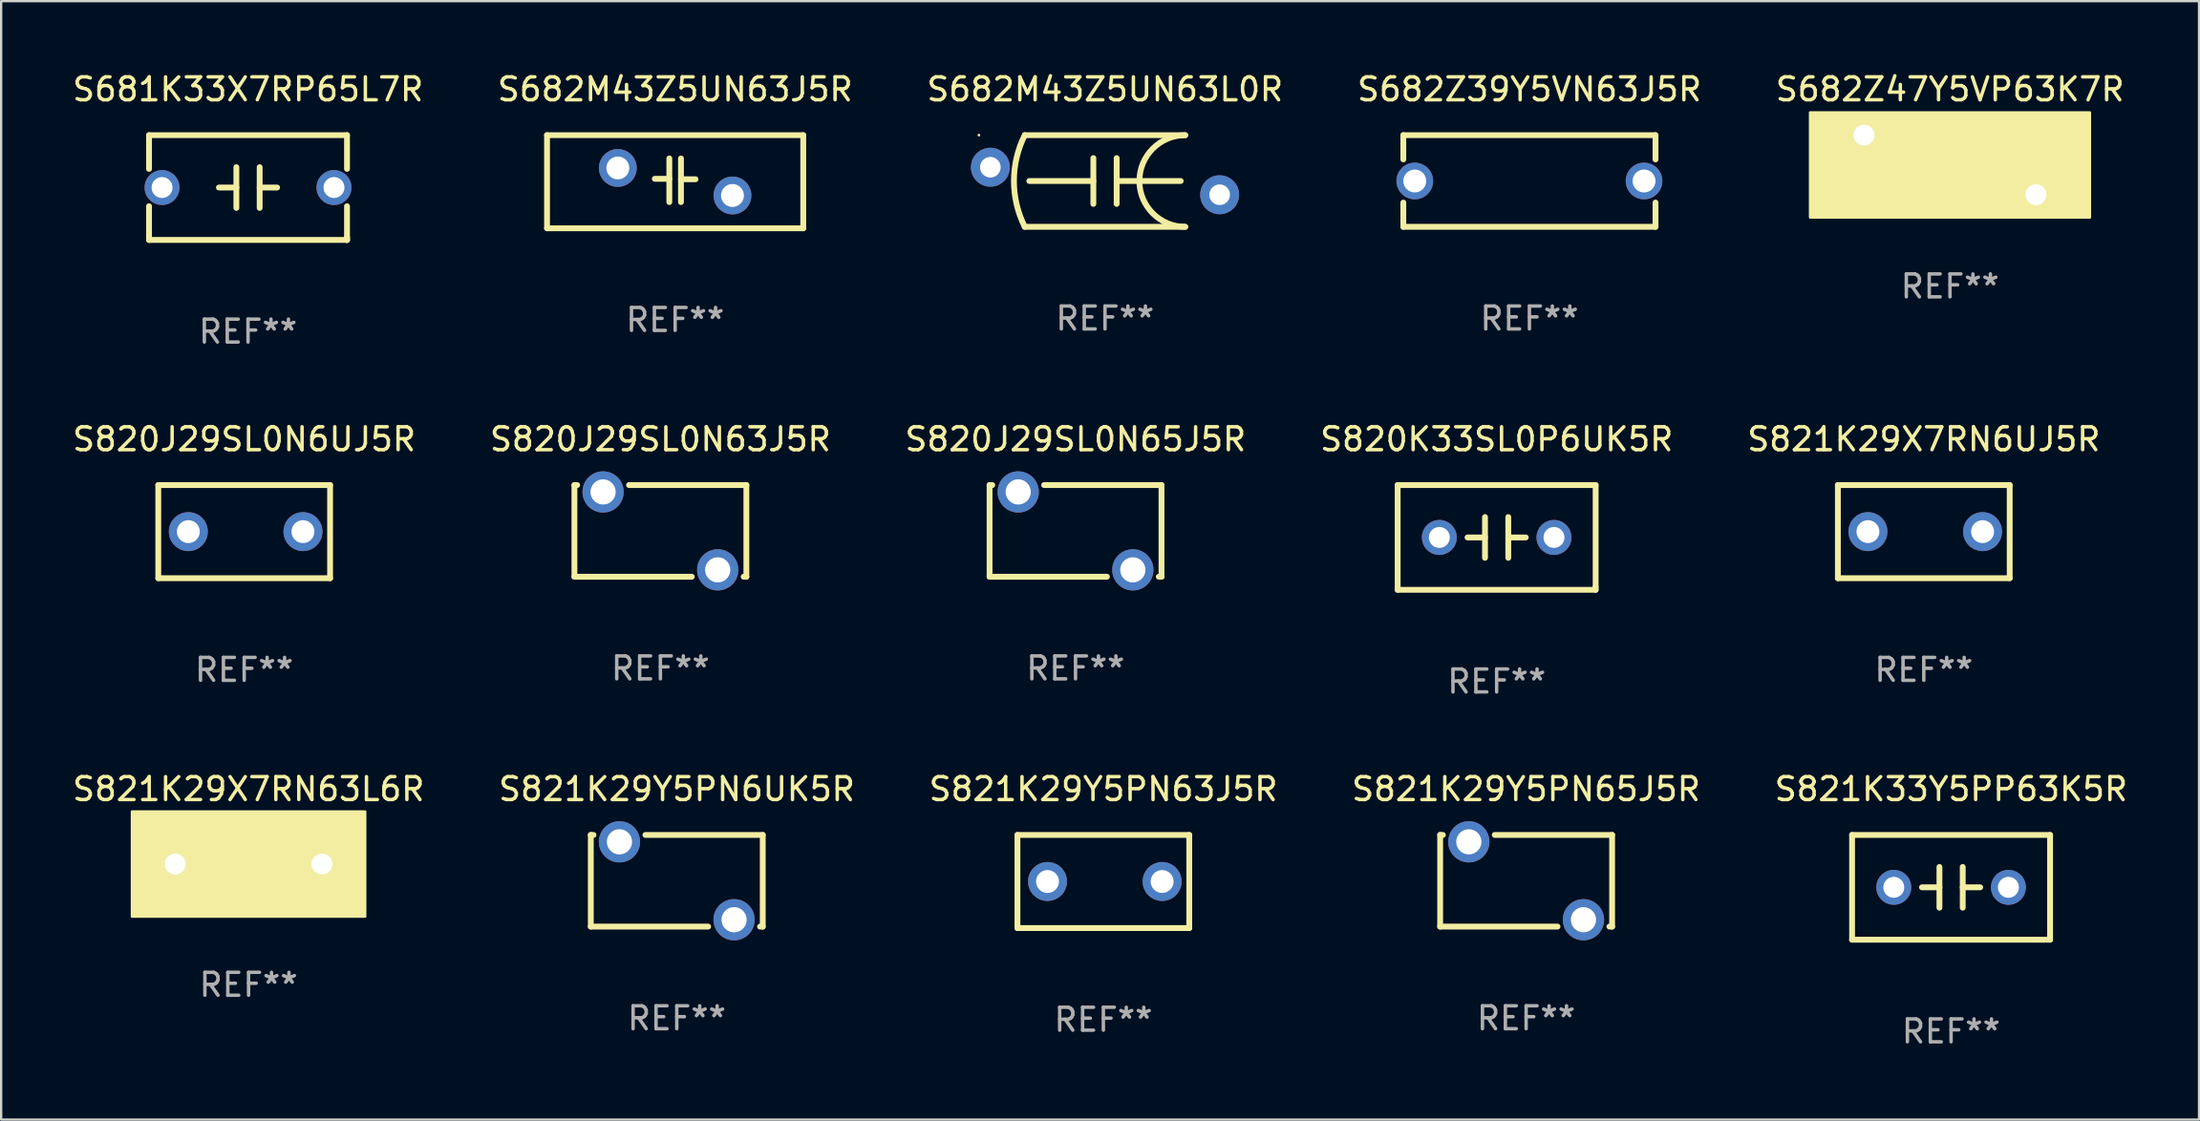
<source format=kicad_pcb>
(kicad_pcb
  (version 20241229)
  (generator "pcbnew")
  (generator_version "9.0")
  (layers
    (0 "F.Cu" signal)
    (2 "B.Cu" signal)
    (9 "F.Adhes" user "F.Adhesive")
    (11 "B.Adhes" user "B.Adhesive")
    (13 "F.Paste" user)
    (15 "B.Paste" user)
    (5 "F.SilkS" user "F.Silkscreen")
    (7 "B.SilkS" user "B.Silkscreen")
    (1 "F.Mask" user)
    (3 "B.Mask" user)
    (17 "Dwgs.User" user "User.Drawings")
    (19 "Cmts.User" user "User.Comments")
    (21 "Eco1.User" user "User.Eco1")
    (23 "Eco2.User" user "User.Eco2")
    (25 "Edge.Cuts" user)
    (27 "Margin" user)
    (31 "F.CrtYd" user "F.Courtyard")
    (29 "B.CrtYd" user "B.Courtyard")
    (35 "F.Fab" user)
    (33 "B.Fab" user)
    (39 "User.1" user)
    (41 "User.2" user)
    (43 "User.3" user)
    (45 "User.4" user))
  (footprint "S681K33X7RP65L7R"
    (layer "F.Cu")
    (at 7.768 5.134)
    (property "Reference" "S681K33X7RP65L7R" (at 0 -4.286 0) (layer "F.SilkS") (effects (font (size 1 1) (thickness 0.15))))
    (attr through_hole)
    (fp_line (start -4.318 -2.286) (end -4.318 -0.814) (stroke (width 0.254) (type solid)) (layer "F.SilkS"))
    (fp_line (start -4.318 -2.286) (end 4.318 -2.286) (stroke (width 0.254) (type solid)) (layer "F.SilkS"))
    (fp_line (start -4.318 0.814) (end -4.318 2.286) (stroke (width 0.254) (type solid)) (layer "F.SilkS"))
    (fp_line (start -0.508 0) (end -1.27 0) (stroke (width 0.254) (type solid)) (layer "F.SilkS"))
    (fp_line (start -0.508 0.889) (end -0.508 -0.889) (stroke (width 0.254) (type solid)) (layer "F.SilkS"))
    (fp_line (start 0.508 -0.889) (end 0.508 0.889) (stroke (width 0.254) (type solid)) (layer "F.SilkS"))
    (fp_line (start 0.508 0) (end 1.27 0) (stroke (width 0.254) (type solid)) (layer "F.SilkS"))
    (fp_line (start 4.318 -2.286) (end 4.318 -0.814) (stroke (width 0.254) (type solid)) (layer "F.SilkS"))
    (fp_line (start 4.318 0.814) (end 4.318 2.286) (stroke (width 0.254) (type solid)) (layer "F.SilkS"))
    (fp_line (start 4.318 2.286) (end -4.318 2.286) (stroke (width 0.254) (type solid)) (layer "F.SilkS"))
    (fp_line (start 4.318 2.286) (end 4.318 2.159) (stroke (width 0.254) (type solid)) (layer "F.SilkS"))
    (fp_circle (center -4.25 2.25) (end -4.22 2.25) (stroke (width 0.06) (type solid)) (fill no) (layer "F.SilkS"))
    (fp_text user "REF**" (at 0 6.286 0) (layer "F.Fab") (effects (font (size 1 1) (thickness 0.15))))
    (pad "1" thru_hole circle (at -3.75 0) (size 1.524 1.524) (drill 0.914) (layers "*.Cu" "*.Mask"))
    (pad "2" thru_hole circle (at 3.75 0) (size 1.524 1.524) (drill 0.914) (layers "*.Cu" "*.Mask")))
  (footprint "S820J29SL0N6UJ5R"
    (layer "F.Cu")
    (at 7.601 20.149)
    (property "Reference" "S820J29SL0N6UJ5R" (at 0 -4.032 0) (layer "F.SilkS") (effects (font (size 1 1) (thickness 0.15))))
    (attr through_hole)
    (fp_line (start -3.747 -2.032) (end -3.747 2.032) (stroke (width 0.254) (type solid)) (layer "F.SilkS"))
    (fp_line (start -3.747 2.032) (end 3.747 2.032) (stroke (width 0.254) (type solid)) (layer "F.SilkS"))
    (fp_line (start 3.747 -2.032) (end -3.747 -2.032) (stroke (width 0.254) (type solid)) (layer "F.SilkS"))
    (fp_line (start 3.747 2.032) (end 3.747 -2.032) (stroke (width 0.254) (type solid)) (layer "F.SilkS"))
    (fp_circle (center -3.687 2) (end -3.657 2) (stroke (width 0.06) (type solid)) (fill no) (layer "F.SilkS"))
    (fp_text user "REF**" (at 0 6.032 0) (layer "F.Fab") (effects (font (size 1 1) (thickness 0.15))))
    (pad "1" thru_hole circle (at -2.436 0) (size 1.7 1.7) (drill 1) (layers "*.Cu" "*.Mask"))
    (pad "2" thru_hole circle (at 2.564 0) (size 1.7 1.7) (drill 1) (layers "*.Cu" "*.Mask")))
  (footprint "S682Z39Y5VN63J5R"
    (layer "F.Cu")
    (at 63.661 4.848)
    (property "Reference" "S682Z39Y5VN63J5R" (at 0 -4 0) (layer "F.SilkS") (effects (font (size 1 1) (thickness 0.15))))
    (attr through_hole)
    (fp_line (start -5.5 -2) (end 5.5 -2) (stroke (width 0.254) (type solid)) (layer "F.SilkS"))
    (fp_line (start -5.5 -0.942) (end -5.5 -2) (stroke (width 0.254) (type solid)) (layer "F.SilkS"))
    (fp_line (start -5.5 2) (end -5.5 0.942) (stroke (width 0.254) (type solid)) (layer "F.SilkS"))
    (fp_line (start 5.5 -2) (end 5.5 -0.941) (stroke (width 0.254) (type solid)) (layer "F.SilkS"))
    (fp_line (start 5.5 0.941) (end 5.5 2) (stroke (width 0.254) (type solid)) (layer "F.SilkS"))
    (fp_line (start 5.5 2) (end -5.5 2) (stroke (width 0.254) (type solid)) (layer "F.SilkS"))
    (fp_circle (center -5.5 2) (end -5.47 2) (stroke (width 0.06) (type solid)) (fill no) (layer "F.SilkS"))
    (fp_text user "REF**" (at 0 6 0) (layer "F.Fab") (effects (font (size 1 1) (thickness 0.15))))
    (pad "1" thru_hole circle (at -5 0) (size 1.6 1.6) (drill 1) (layers "*.Cu" "*.Mask"))
    (pad "2" thru_hole circle (at 5 0) (size 1.6 1.6) (drill 1) (layers "*.Cu" "*.Mask")))
  (footprint "S821K29Y5PN6UK5R"
    (layer "F.Cu")
    (at 26.47 35.385)
    (property "Reference" "S821K29Y5PN6UK5R" (at 0 -4 0) (layer "F.SilkS") (effects (font (size 1 1) (thickness 0.15))))
    (attr through_hole)
    (fp_line (start -3.75 -2) (end -3.631 -2) (stroke (width 0.254) (type solid)) (layer "F.SilkS"))
    (fp_line (start -3.75 2) (end -3.75 -2) (stroke (width 0.254) (type solid)) (layer "F.SilkS"))
    (fp_line (start -1.369 -2) (end 3.75 -2) (stroke (width 0.254) (type solid)) (layer "F.SilkS"))
    (fp_line (start 1.369 2) (end -3.75 2) (stroke (width 0.254) (type solid)) (layer "F.SilkS"))
    (fp_line (start 3.75 -2) (end 3.75 2) (stroke (width 0.254) (type solid)) (layer "F.SilkS"))
    (fp_line (start 3.75 2) (end 3.631 2) (stroke (width 0.254) (type solid)) (layer "F.SilkS"))
    (fp_circle (center -3.75 -2) (end -3.72 -2) (stroke (width 0.06) (type solid)) (fill no) (layer "F.SilkS"))
    (fp_text user "REF**" (at 0 6 0) (layer "F.Fab") (effects (font (size 1 1) (thickness 0.15))))
    (pad "1" thru_hole circle (at -2.5 -1.7) (size 1.8 1.8) (drill 1.1) (layers "*.Cu" "*.Mask"))
    (pad "2" thru_hole circle (at 2.5 1.7) (size 1.8 1.8) (drill 1.1) (layers "*.Cu" "*.Mask")))
  (footprint "S821K29Y5PN63J5R"
    (layer "F.Cu")
    (at 45.077 35.417)
    (property "Reference" "S821K29Y5PN63J5R" (at 0 -4.032 0) (layer "F.SilkS") (effects (font (size 1 1) (thickness 0.15))))
    (attr through_hole)
    (fp_line (start -3.747 -2.032) (end -3.747 2.032) (stroke (width 0.254) (type solid)) (layer "F.SilkS"))
    (fp_line (start -3.747 2.032) (end 3.747 2.032) (stroke (width 0.254) (type solid)) (layer "F.SilkS"))
    (fp_line (start 3.747 -2.032) (end -3.747 -2.032) (stroke (width 0.254) (type solid)) (layer "F.SilkS"))
    (fp_line (start 3.747 2.032) (end 3.747 -2.032) (stroke (width 0.254) (type solid)) (layer "F.SilkS"))
    (fp_circle (center -3.687 2) (end -3.657 2) (stroke (width 0.06) (type solid)) (fill no) (layer "F.SilkS"))
    (fp_text user "REF**" (at 0 6.032 0) (layer "F.Fab") (effects (font (size 1 1) (thickness 0.15))))
    (pad "1" thru_hole circle (at -2.436 0) (size 1.7 1.7) (drill 1) (layers "*.Cu" "*.Mask"))
    (pad "2" thru_hole circle (at 2.564 0) (size 1.7 1.7) (drill 1) (layers "*.Cu" "*.Mask")))
  (footprint "S682M43Z5UN63L0R"
    (layer "F.Cu")
    (at 45.149 4.848)
    (property "Reference" "S682M43Z5UN63L0R" (at 0 -4 0) (layer "F.SilkS") (effects (font (size 1 1) (thickness 0.15))))
    (attr through_hole)
    (fp_line (start -3.5 -2) (end 3.5 -2) (stroke (width 0.254) (type solid)) (layer "F.SilkS"))
    (fp_line (start -0.51 0) (end -3.302 0) (stroke (width 0.254) (type solid)) (layer "F.SilkS"))
    (fp_line (start -0.508 -1) (end -0.508 1) (stroke (width 0.254) (type solid)) (layer "F.SilkS"))
    (fp_line (start 0.508 1) (end 0.508 -1) (stroke (width 0.254) (type solid)) (layer "F.SilkS"))
    (fp_line (start 0.51 0) (end 3.302 0) (stroke (width 0.254) (type solid)) (layer "F.SilkS"))
    (fp_line (start 3.5 2) (end -3.5 2) (stroke (width 0.254) (type solid)) (layer "F.SilkS"))
    (fp_arc (start -3.500127 1.998984) (mid -3.9721 -0.000523) (end -3.5 -2) (stroke (width 0.254001) (type solid)) (layer "F.SilkS"))
    (fp_arc (start 3.5 2) (mid 1.500635 0.000444) (end 3.500127 -1.998984) (stroke (width 0.254001) (type solid)) (layer "F.SilkS"))
    (fp_circle (center -5.5 -2) (end -5.47 -2) (stroke (width 0.06) (type solid)) (fill no) (layer "F.SilkS"))
    (fp_text user "REF**" (at 0 6 0) (layer "F.Fab") (effects (font (size 1 1) (thickness 0.15))))
    (pad "1" thru_hole circle (at -5 -0.6) (size 1.7 1.7) (drill 0.9) (layers "*.Cu" "*.Mask"))
    (pad "2" thru_hole circle (at 5 0.6) (size 1.7 1.7) (drill 0.9) (layers "*.Cu" "*.Mask")))
  (footprint "S682Z47Y5VP63K7R"
    (layer "F.Cu")
    (at 82.006 4.148)
    (property "Reference" "S682Z47Y5VP63K7R" (at 0 -3.3 0) (layer "F.SilkS") (effects (font (size 1 1) (thickness 0.15))))
    (attr through_hole)
    (fp_circle (center -6 -2.25) (end -5.97 -2.25) (stroke (width 0.06) (type solid)) (fill no) (layer "F.SilkS"))
    (fp_poly (pts (xy -6.096 -2.286) (xy 6.096 -2.286) (xy 6.096 2.286) (xy -6.096 2.286)) (stroke (width 0.12) (type solid)) (fill yes) (layer "F.SilkS"))
    (fp_text user "REF**" (at 0 5.3 0) (layer "F.Fab") (effects (font (size 1 1) (thickness 0.15))))
    (pad "1" thru_hole circle (at -3.75 -1.3) (size 1.524 1.524) (drill 0.914) (layers "*.Cu" "*.Mask"))
    (pad "2" thru_hole circle (at 3.75 1.3) (size 1.524 1.524) (drill 0.914) (layers "*.Cu" "*.Mask")))
  (footprint "S821K29X7RN63L6R"
    (layer "F.Cu")
    (at 7.792 34.655)
    (property "Reference" "S821K29X7RN63L6R" (at 0 -3.27 0) (layer "F.SilkS") (effects (font (size 1 1) (thickness 0.15))))
    (attr through_hole)
    (fp_line (start -0.508 0.019) (end -1.651 0.019) (stroke (width 0.254) (type solid)) (layer "F.SilkS"))
    (fp_line (start -0.508 1.27) (end -0.508 -1.27) (stroke (width 0.254) (type solid)) (layer "F.SilkS"))
    (fp_line (start 0.508 -1.27) (end 0.508 1.27) (stroke (width 0.254) (type solid)) (layer "F.SilkS"))
    (fp_line (start 0.508 -0.019) (end 1.651 -0.019) (stroke (width 0.254) (type solid)) (layer "F.SilkS"))
    (fp_circle (center -5 2.25) (end -4.97 2.25) (stroke (width 0.06) (type solid)) (fill no) (layer "F.SilkS"))
    (fp_poly (pts (xy -5.08 -2.286) (xy 5.08 -2.286) (xy 5.08 2.286) (xy -5.08 2.286)) (stroke (width 0.12) (type solid)) (fill yes) (layer "F.SilkS"))
    (fp_text user "REF**" (at 0 5.27 0) (layer "F.Fab") (effects (font (size 1 1) (thickness 0.15))))
    (pad "1" thru_hole circle (at -3.2 0) (size 1.524 1.524) (drill 0.914) (layers "*.Cu" "*.Mask"))
    (pad "2" thru_hole circle (at 3.2 0) (size 1.524 1.524) (drill 0.914) (layers "*.Cu" "*.Mask")))
  (footprint "S821K29Y5PN65J5R"
    (layer "F.Cu")
    (at 63.518 35.385)
    (property "Reference" "S821K29Y5PN65J5R" (at 0 -4 0) (layer "F.SilkS") (effects (font (size 1 1) (thickness 0.15))))
    (attr through_hole)
    (fp_line (start -3.75 -2) (end -3.631 -2) (stroke (width 0.254) (type solid)) (layer "F.SilkS"))
    (fp_line (start -3.75 2) (end -3.75 -2) (stroke (width 0.254) (type solid)) (layer "F.SilkS"))
    (fp_line (start -1.369 -2) (end 3.75 -2) (stroke (width 0.254) (type solid)) (layer "F.SilkS"))
    (fp_line (start 1.369 2) (end -3.75 2) (stroke (width 0.254) (type solid)) (layer "F.SilkS"))
    (fp_line (start 3.75 -2) (end 3.75 2) (stroke (width 0.254) (type solid)) (layer "F.SilkS"))
    (fp_line (start 3.75 2) (end 3.631 2) (stroke (width 0.254) (type solid)) (layer "F.SilkS"))
    (fp_circle (center -3.75 -2) (end -3.72 -2) (stroke (width 0.06) (type solid)) (fill no) (layer "F.SilkS"))
    (fp_text user "REF**" (at 0 6 0) (layer "F.Fab") (effects (font (size 1 1) (thickness 0.15))))
    (pad "1" thru_hole circle (at -2.5 -1.7) (size 1.8 1.8) (drill 1.1) (layers "*.Cu" "*.Mask"))
    (pad "2" thru_hole circle (at 2.5 1.7) (size 1.8 1.8) (drill 1.1) (layers "*.Cu" "*.Mask")))
  (footprint "S820K33SL0P6UK5R"
    (layer "F.Cu")
    (at 62.232 20.403)
    (property "Reference" "S820K33SL0P6UK5R" (at 0 -4.286 0) (layer "F.SilkS") (effects (font (size 1 1) (thickness 0.15))))
    (attr through_hole)
    (fp_line (start -4.318 -2.286) (end 4.318 -2.286) (stroke (width 0.254) (type solid)) (layer "F.SilkS"))
    (fp_line (start -4.318 2.286) (end -4.318 -2.286) (stroke (width 0.254) (type solid)) (layer "F.SilkS"))
    (fp_line (start -0.508 0) (end -1.27 0) (stroke (width 0.254) (type solid)) (layer "F.SilkS"))
    (fp_line (start -0.508 0.889) (end -0.508 -0.889) (stroke (width 0.254) (type solid)) (layer "F.SilkS"))
    (fp_line (start 0.508 -0.889) (end 0.508 0.889) (stroke (width 0.254) (type solid)) (layer "F.SilkS"))
    (fp_line (start 0.508 0) (end 1.27 0) (stroke (width 0.254) (type solid)) (layer "F.SilkS"))
    (fp_line (start 4.318 -2.286) (end 4.318 2.159) (stroke (width 0.254) (type solid)) (layer "F.SilkS"))
    (fp_line (start 4.318 2.286) (end -4.318 2.286) (stroke (width 0.254) (type solid)) (layer "F.SilkS"))
    (fp_line (start 4.318 2.286) (end 4.318 2.159) (stroke (width 0.254) (type solid)) (layer "F.SilkS"))
    (fp_circle (center -4.25 2.25) (end -4.22 2.25) (stroke (width 0.06) (type solid)) (fill no) (layer "F.SilkS"))
    (fp_text user "REF**" (at 0 6.286 0) (layer "F.Fab") (effects (font (size 1 1) (thickness 0.15))))
    (pad "1" thru_hole circle (at -2.5 0) (size 1.524 1.524) (drill 0.914) (layers "*.Cu" "*.Mask"))
    (pad "2" thru_hole circle (at 2.5 0) (size 1.524 1.524) (drill 0.914) (layers "*.Cu" "*.Mask")))
  (footprint "S821K33Y5PP63K5R"
    (layer "F.Cu")
    (at 82.054 35.671)
    (property "Reference" "S821K33Y5PP63K5R" (at 0 -4.286 0) (layer "F.SilkS") (effects (font (size 1 1) (thickness 0.15))))
    (attr through_hole)
    (fp_line (start -4.318 -2.286) (end 4.318 -2.286) (stroke (width 0.254) (type solid)) (layer "F.SilkS"))
    (fp_line (start -4.318 2.286) (end -4.318 -2.286) (stroke (width 0.254) (type solid)) (layer "F.SilkS"))
    (fp_line (start -0.508 0) (end -1.27 0) (stroke (width 0.254) (type solid)) (layer "F.SilkS"))
    (fp_line (start -0.508 0.889) (end -0.508 -0.889) (stroke (width 0.254) (type solid)) (layer "F.SilkS"))
    (fp_line (start 0.508 -0.889) (end 0.508 0.889) (stroke (width 0.254) (type solid)) (layer "F.SilkS"))
    (fp_line (start 0.508 0) (end 1.27 0) (stroke (width 0.254) (type solid)) (layer "F.SilkS"))
    (fp_line (start 4.318 -2.286) (end 4.318 2.159) (stroke (width 0.254) (type solid)) (layer "F.SilkS"))
    (fp_line (start 4.318 2.286) (end -4.318 2.286) (stroke (width 0.254) (type solid)) (layer "F.SilkS"))
    (fp_line (start 4.318 2.286) (end 4.318 2.159) (stroke (width 0.254) (type solid)) (layer "F.SilkS"))
    (fp_circle (center -4.25 2.25) (end -4.22 2.25) (stroke (width 0.06) (type solid)) (fill no) (layer "F.SilkS"))
    (fp_text user "REF**" (at 0 6.286 0) (layer "F.Fab") (effects (font (size 1 1) (thickness 0.15))))
    (pad "1" thru_hole circle (at -2.5 0) (size 1.524 1.524) (drill 0.914) (layers "*.Cu" "*.Mask"))
    (pad "2" thru_hole circle (at 2.5 0) (size 1.524 1.524) (drill 0.914) (layers "*.Cu" "*.Mask")))
  (footprint "S821K29X7RN6UJ5R"
    (layer "F.Cu")
    (at 80.863 20.149)
    (property "Reference" "S821K29X7RN6UJ5R" (at 0 -4.032 0) (layer "F.SilkS") (effects (font (size 1 1) (thickness 0.15))))
    (attr through_hole)
    (fp_line (start -3.747 -2.032) (end -3.747 2.032) (stroke (width 0.254) (type solid)) (layer "F.SilkS"))
    (fp_line (start -3.747 2.032) (end 3.747 2.032) (stroke (width 0.254) (type solid)) (layer "F.SilkS"))
    (fp_line (start 3.747 -2.032) (end -3.747 -2.032) (stroke (width 0.254) (type solid)) (layer "F.SilkS"))
    (fp_line (start 3.747 2.032) (end 3.747 -2.032) (stroke (width 0.254) (type solid)) (layer "F.SilkS"))
    (fp_circle (center -3.687 2) (end -3.657 2) (stroke (width 0.06) (type solid)) (fill no) (layer "F.SilkS"))
    (fp_text user "REF**" (at 0 6.032 0) (layer "F.Fab") (effects (font (size 1 1) (thickness 0.15))))
    (pad "1" thru_hole circle (at -2.436 0) (size 1.7 1.7) (drill 1) (layers "*.Cu" "*.Mask"))
    (pad "2" thru_hole circle (at 2.564 0) (size 1.7 1.7) (drill 1) (layers "*.Cu" "*.Mask")))
  (footprint "S820J29SL0N65J5R"
    (layer "F.Cu")
    (at 43.863 20.117)
    (property "Reference" "S820J29SL0N65J5R" (at 0 -4 0) (layer "F.SilkS") (effects (font (size 1 1) (thickness 0.15))))
    (attr through_hole)
    (fp_line (start -3.75 -2) (end -3.631 -2) (stroke (width 0.254) (type solid)) (layer "F.SilkS"))
    (fp_line (start -3.75 2) (end -3.75 -2) (stroke (width 0.254) (type solid)) (layer "F.SilkS"))
    (fp_line (start -1.369 -2) (end 3.75 -2) (stroke (width 0.254) (type solid)) (layer "F.SilkS"))
    (fp_line (start 1.369 2) (end -3.75 2) (stroke (width 0.254) (type solid)) (layer "F.SilkS"))
    (fp_line (start 3.75 -2) (end 3.75 2) (stroke (width 0.254) (type solid)) (layer "F.SilkS"))
    (fp_line (start 3.75 2) (end 3.631 2) (stroke (width 0.254) (type solid)) (layer "F.SilkS"))
    (fp_circle (center -3.75 -2) (end -3.72 -2) (stroke (width 0.06) (type solid)) (fill no) (layer "F.SilkS"))
    (fp_text user "REF**" (at 0 6 0) (layer "F.Fab") (effects (font (size 1 1) (thickness 0.15))))
    (pad "1" thru_hole circle (at -2.5 -1.7) (size 1.8 1.8) (drill 1.1) (layers "*.Cu" "*.Mask"))
    (pad "2" thru_hole circle (at 2.5 1.7) (size 1.8 1.8) (drill 1.1) (layers "*.Cu" "*.Mask")))
  (footprint "S820J29SL0N63J5R"
    (layer "F.Cu")
    (at 25.756 20.117)
    (property "Reference" "S820J29SL0N63J5R" (at 0 -4 0) (layer "F.SilkS") (effects (font (size 1 1) (thickness 0.15))))
    (attr through_hole)
    (fp_line (start -3.75 -2) (end -3.631 -2) (stroke (width 0.254) (type solid)) (layer "F.SilkS"))
    (fp_line (start -3.75 2) (end -3.75 -2) (stroke (width 0.254) (type solid)) (layer "F.SilkS"))
    (fp_line (start -1.369 -2) (end 3.75 -2) (stroke (width 0.254) (type solid)) (layer "F.SilkS"))
    (fp_line (start 1.369 2) (end -3.75 2) (stroke (width 0.254) (type solid)) (layer "F.SilkS"))
    (fp_line (start 3.75 -2) (end 3.75 2) (stroke (width 0.254) (type solid)) (layer "F.SilkS"))
    (fp_line (start 3.75 2) (end 3.631 2) (stroke (width 0.254) (type solid)) (layer "F.SilkS"))
    (fp_circle (center -3.75 -2) (end -3.72 -2) (stroke (width 0.06) (type solid)) (fill no) (layer "F.SilkS"))
    (fp_text user "REF**" (at 0 6 0) (layer "F.Fab") (effects (font (size 1 1) (thickness 0.15))))
    (pad "1" thru_hole circle (at -2.5 -1.7) (size 1.8 1.8) (drill 1.1) (layers "*.Cu" "*.Mask"))
    (pad "2" thru_hole circle (at 2.5 1.7) (size 1.8 1.8) (drill 1.1) (layers "*.Cu" "*.Mask")))
  (footprint "S682M43Z5UN63J5R"
    (layer "F.Cu")
    (at 26.399 4.88)
    (property "Reference" "S682M43Z5UN63J5R" (at 0 -4.032 0) (layer "F.SilkS") (effects (font (size 1 1) (thickness 0.15))))
    (attr through_hole)
    (fp_line (start -5.588 -2.032) (end -5.588 2.032) (stroke (width 0.254) (type solid)) (layer "F.SilkS"))
    (fp_line (start -5.588 2.032) (end 5.588 2.032) (stroke (width 0.254) (type solid)) (layer "F.SilkS"))
    (fp_line (start -0.889 -0.127) (end -0.254 -0.127) (stroke (width 0.254) (type solid)) (layer "F.SilkS"))
    (fp_line (start -0.254 -1.016) (end -0.254 0.889) (stroke (width 0.254) (type solid)) (layer "F.SilkS"))
    (fp_line (start 0.254 -1.016) (end 0.254 0.889) (stroke (width 0.254) (type solid)) (layer "F.SilkS"))
    (fp_line (start 0.254 -0.108) (end 0.889 -0.108) (stroke (width 0.254) (type solid)) (layer "F.SilkS"))
    (fp_line (start 5.588 -2.032) (end -5.588 -2.032) (stroke (width 0.254) (type solid)) (layer "F.SilkS"))
    (fp_line (start 5.588 2.032) (end 5.588 -2.032) (stroke (width 0.254) (type solid)) (layer "F.SilkS"))
    (fp_circle (center -5.5 2) (end -5.47 2) (stroke (width 0.06) (type solid)) (fill no) (layer "F.SilkS"))
    (fp_text user "REF**" (at 0 6.032 0) (layer "F.Fab") (effects (font (size 1 1) (thickness 0.15))))
    (pad "1" thru_hole circle (at -2.5 -0.6) (size 1.65 1.65) (drill 1) (layers "*.Cu" "*.Mask"))
    (pad "2" thru_hole circle (at 2.5 0.6) (size 1.65 1.65) (drill 1) (layers "*.Cu" "*.Mask")))
  (gr_rect
    (start -3 -3)
    (end 92.869 45.806)
    (stroke (width 0.1) (type default))
    (fill no)
    (layer "Edge.Cuts")))
</source>
